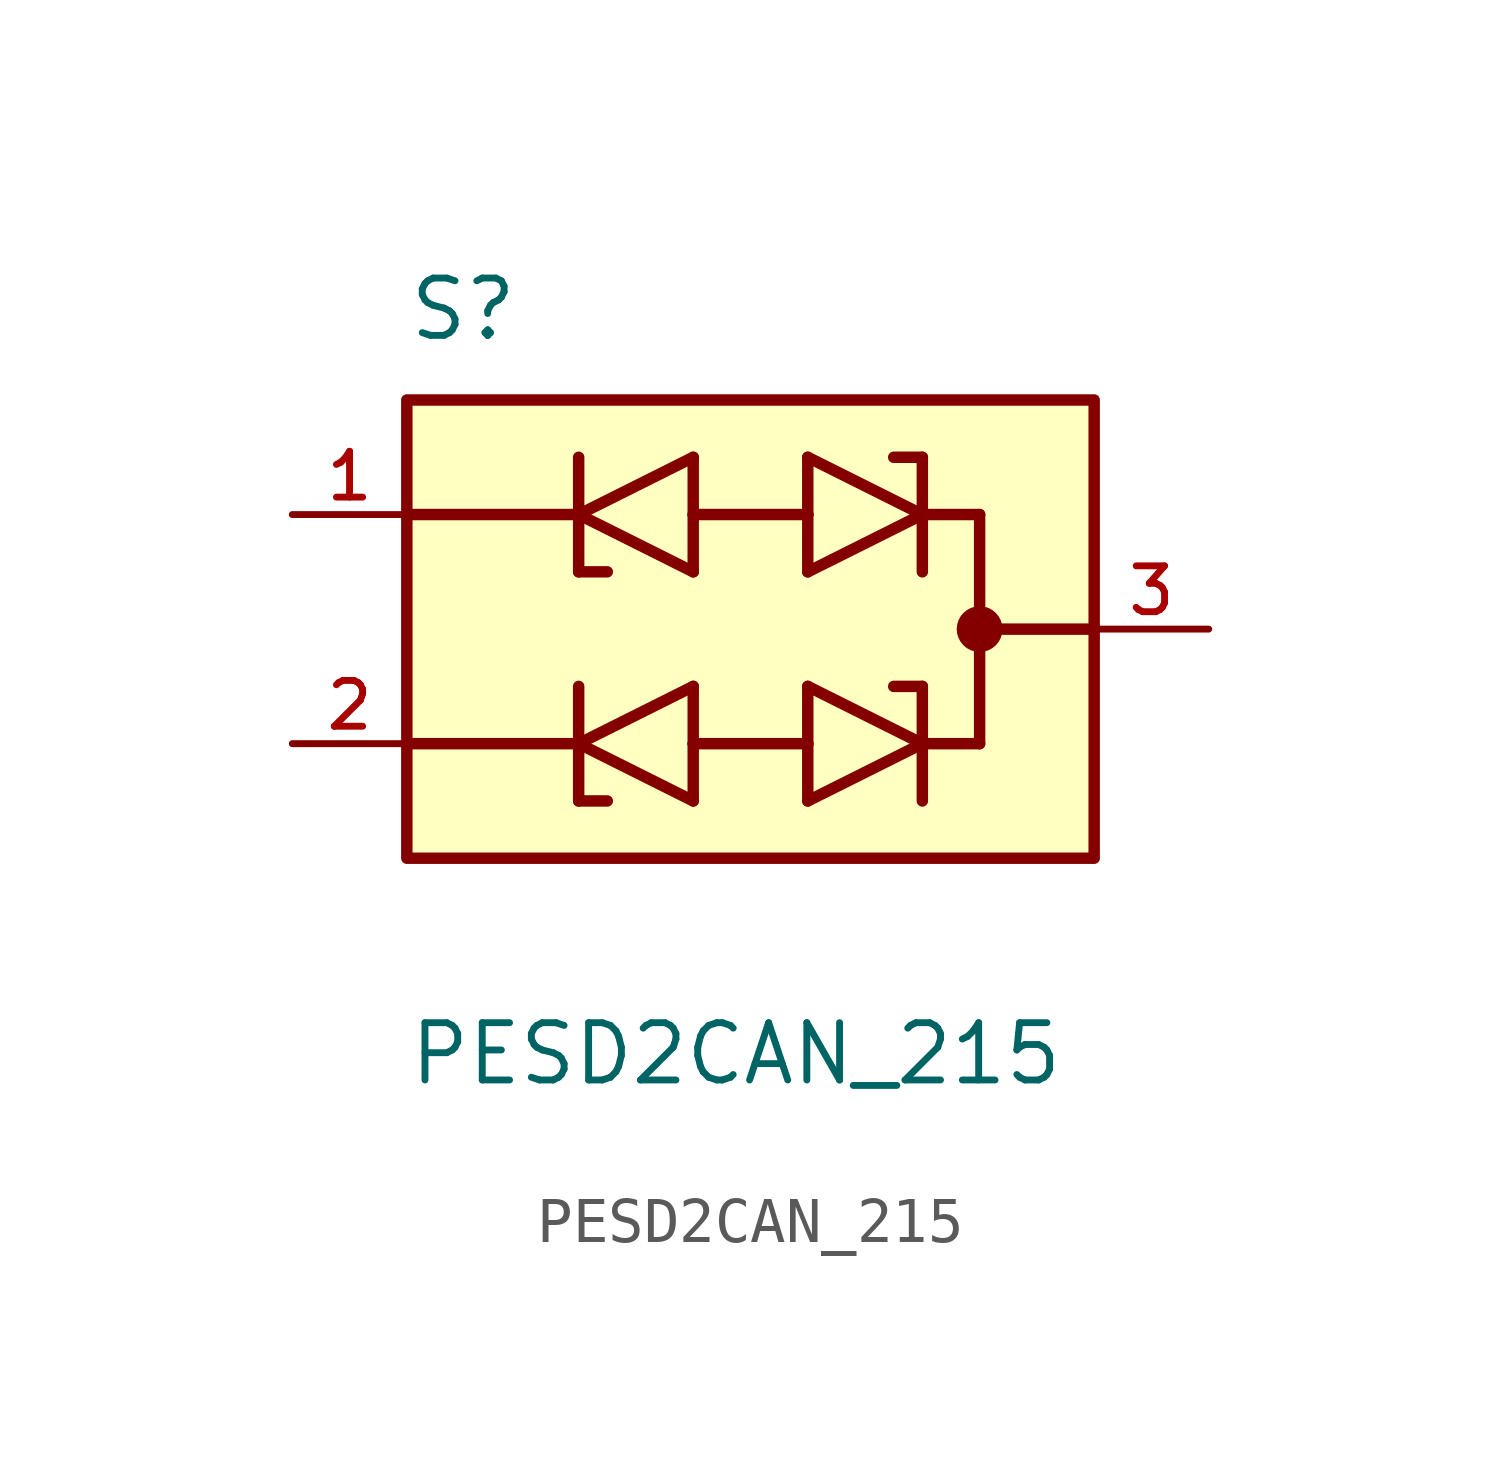
<source format=kicad_sym>
(kicad_symbol_lib
  (version 20211014)
  (generator kicad_symbol_editor)
  (symbol "PESD2CAN_215"
    (pin_names
      (offset 1.016))
    (property "Reference" "S"
      (at -7.62 6.35 0)
      (effects (font (size 1.27 1.27)) (justify bottom left)))
    (property "Value" "PESD2CAN_215"
      (at -7.62 -10.16 0)
      (effects (font (size 1.27 1.27)) (justify bottom left)))
    (symbol "PESD2CAN_215_0_0"
      (polyline (pts (xy 1.27 1.27) (xy 3.81 2.54)) (stroke (width 0.254)))
      (polyline (pts (xy 3.81 2.54) (xy 1.27 3.81)) (stroke (width 0.254)))
      (polyline (pts (xy 3.175 3.81) (xy 3.81 3.81)) (stroke (width 0.254)))
      (polyline (pts (xy 3.81 3.81) (xy 3.81 2.54)) (stroke (width 0.254)))
      (polyline (pts (xy 1.27 3.81) (xy 1.27 2.54)) (stroke (width 0.254)))
      (polyline (pts (xy 1.27 2.54) (xy 1.27 1.27)) (stroke (width 0.254)))
      (polyline (pts (xy 3.81 2.54) (xy 3.81 1.27)) (stroke (width 0.254)))
      (polyline (pts (xy -1.27 2.54) (xy 1.27 2.54)) (stroke (width 0.254)))
      (polyline (pts (xy 5.08 2.54) (xy 3.81 2.54)) (stroke (width 0.254)))
      (polyline (pts (xy -1.27 3.81) (xy -3.81 2.54)) (stroke (width 0.254)))
      (polyline (pts (xy -3.81 2.54) (xy -1.27 1.27)) (stroke (width 0.254)))
      (polyline (pts (xy -3.175 1.27) (xy -3.81 1.27)) (stroke (width 0.254)))
      (polyline (pts (xy -3.81 1.27) (xy -3.81 2.54)) (stroke (width 0.254)))
      (polyline (pts (xy -1.27 1.27) (xy -1.27 2.54)) (stroke (width 0.254)))
      (polyline (pts (xy -1.27 2.54) (xy -1.27 3.81)) (stroke (width 0.254)))
      (polyline (pts (xy -3.81 2.54) (xy -3.81 3.81)) (stroke (width 0.254)))
      (polyline (pts (xy -7.62 2.54) (xy -3.81 2.54)) (stroke (width 0.254)))
      (polyline (pts (xy 1.27 -3.81) (xy 3.81 -2.54)) (stroke (width 0.254)))
      (polyline (pts (xy 3.81 -2.54) (xy 1.27 -1.27)) (stroke (width 0.254)))
      (polyline (pts (xy 3.175 -1.27) (xy 3.81 -1.27)) (stroke (width 0.254)))
      (polyline (pts (xy 3.81 -1.27) (xy 3.81 -2.54)) (stroke (width 0.254)))
      (polyline (pts (xy 1.27 -1.27) (xy 1.27 -2.54)) (stroke (width 0.254)))
      (polyline (pts (xy 1.27 -2.54) (xy 1.27 -3.81)) (stroke (width 0.254)))
      (polyline (pts (xy 3.81 -2.54) (xy 3.81 -3.81)) (stroke (width 0.254)))
      (polyline (pts (xy -1.27 -2.54) (xy 1.27 -2.54)) (stroke (width 0.254)))
      (polyline (pts (xy 5.08 -2.54) (xy 3.81 -2.54)) (stroke (width 0.254)))
      (polyline (pts (xy -1.27 -1.27) (xy -3.81 -2.54)) (stroke (width 0.254)))
      (polyline (pts (xy -3.81 -2.54) (xy -1.27 -3.81)) (stroke (width 0.254)))
      (polyline (pts (xy -3.175 -3.81) (xy -3.81 -3.81)) (stroke (width 0.254)))
      (polyline (pts (xy -3.81 -3.81) (xy -3.81 -2.54)) (stroke (width 0.254)))
      (polyline (pts (xy -1.27 -3.81) (xy -1.27 -2.54)) (stroke (width 0.254)))
      (polyline (pts (xy -1.27 -2.54) (xy -1.27 -1.27)) (stroke (width 0.254)))
      (polyline (pts (xy -3.81 -2.54) (xy -3.81 -1.27)) (stroke (width 0.254)))
      (polyline (pts (xy -7.62 -2.54) (xy -3.81 -2.54)) (stroke (width 0.254)))
      (polyline (pts (xy 5.08 2.54) (xy 5.08 0.0)) (stroke (width 0.254)))
      (polyline (pts (xy 5.08 0.0) (xy 5.08 -2.54)) (stroke (width 0.254)))
      (polyline (pts (xy 5.08 0.0) (xy 7.62 0.0)) (stroke (width 0.254)))
      (circle (center 5.08 0.0) (radius 0.254) (stroke (width 0.508)) (fill (type none)))
      (rectangle (start -7.62 -5.08) (end 7.62 5.08) (stroke (width 0.254)) (fill (type background)))
      (pin passive line (at 10.16 0.0 180.0) (length 2.54) (name "~" (effects (font (size 1.016 1.016)))) (number "3" (effects (font (size 1.016 1.016)))))
      (pin passive line (at -10.16 2.54 0) (length 2.54) (name "~" (effects (font (size 1.016 1.016)))) (number "1" (effects (font (size 1.016 1.016)))))
      (pin passive line (at -10.16 -2.54 0) (length 2.54) (name "~" (effects (font (size 1.016 1.016)))) (number "2" (effects (font (size 1.016 1.016))))))))
</source>
